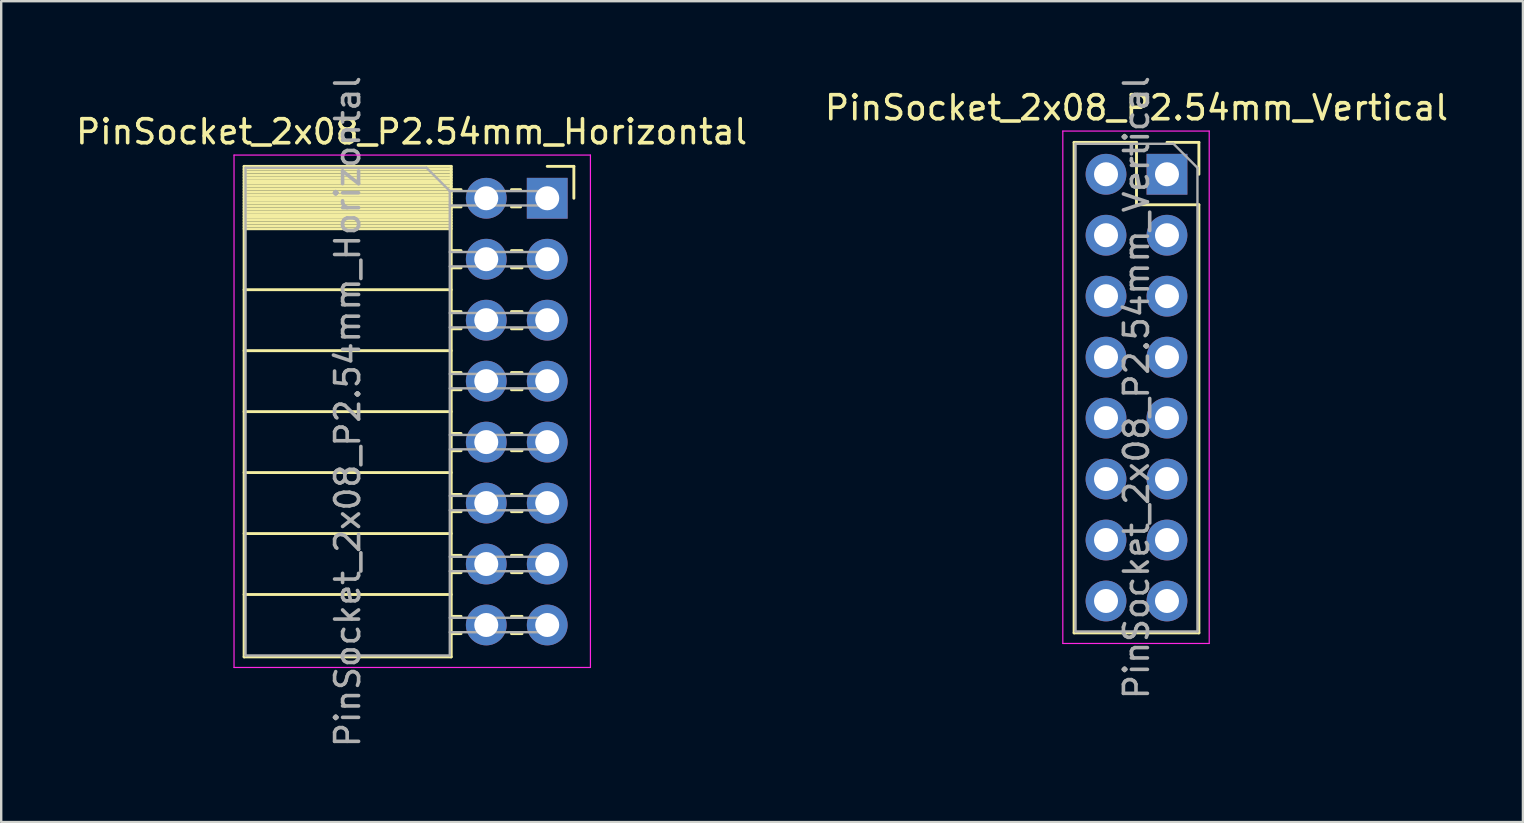
<source format=kicad_pcb>
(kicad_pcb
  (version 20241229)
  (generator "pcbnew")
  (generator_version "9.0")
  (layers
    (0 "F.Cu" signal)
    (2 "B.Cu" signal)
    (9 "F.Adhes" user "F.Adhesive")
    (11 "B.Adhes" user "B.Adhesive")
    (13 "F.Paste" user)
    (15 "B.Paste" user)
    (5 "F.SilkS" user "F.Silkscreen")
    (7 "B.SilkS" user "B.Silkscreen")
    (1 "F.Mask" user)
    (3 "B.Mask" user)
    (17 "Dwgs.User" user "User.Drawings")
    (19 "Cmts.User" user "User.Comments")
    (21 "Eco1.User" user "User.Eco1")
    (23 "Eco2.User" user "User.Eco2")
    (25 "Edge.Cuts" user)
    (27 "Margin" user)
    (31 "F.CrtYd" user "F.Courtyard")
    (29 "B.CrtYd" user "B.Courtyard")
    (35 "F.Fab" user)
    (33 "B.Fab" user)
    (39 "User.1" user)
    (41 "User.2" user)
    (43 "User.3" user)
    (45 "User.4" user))
  (footprint "PinSocket_2x08_P2.54mm_Vertical"
    (layer "F.Cu")
    (at 45.574 4.211)
    (property "Reference" "PinSocket_2x08_P2.54mm_Vertical" (at -1.27 -2.77 0) (layer "F.SilkS") (effects (font (size 1 1) (thickness 0.15))))
    (attr through_hole)
    (fp_line (start -3.87 -1.33) (end -3.87 19.11) (stroke (width 0.12) (type solid)) (layer "F.SilkS"))
    (fp_line (start -3.87 -1.33) (end -1.27 -1.33) (stroke (width 0.12) (type solid)) (layer "F.SilkS"))
    (fp_line (start -3.87 19.11) (end 1.33 19.11) (stroke (width 0.12) (type solid)) (layer "F.SilkS"))
    (fp_line (start -1.27 -1.33) (end -1.27 1.27) (stroke (width 0.12) (type solid)) (layer "F.SilkS"))
    (fp_line (start -1.27 1.27) (end 1.33 1.27) (stroke (width 0.12) (type solid)) (layer "F.SilkS"))
    (fp_line (start 0 -1.33) (end 1.33 -1.33) (stroke (width 0.12) (type solid)) (layer "F.SilkS"))
    (fp_line (start 1.33 -1.33) (end 1.33 0) (stroke (width 0.12) (type solid)) (layer "F.SilkS"))
    (fp_line (start 1.33 1.27) (end 1.33 19.11) (stroke (width 0.12) (type solid)) (layer "F.SilkS"))
    (fp_line (start -4.34 -1.8) (end 1.76 -1.8) (stroke (width 0.05) (type solid)) (layer "F.CrtYd"))
    (fp_line (start -4.34 19.55) (end -4.34 -1.8) (stroke (width 0.05) (type solid)) (layer "F.CrtYd"))
    (fp_line (start 1.76 -1.8) (end 1.76 19.55) (stroke (width 0.05) (type solid)) (layer "F.CrtYd"))
    (fp_line (start 1.76 19.55) (end -4.34 19.55) (stroke (width 0.05) (type solid)) (layer "F.CrtYd"))
    (fp_line (start -3.81 -1.27) (end 0.27 -1.27) (stroke (width 0.1) (type solid)) (layer "F.Fab"))
    (fp_line (start -3.81 19.05) (end -3.81 -1.27) (stroke (width 0.1) (type solid)) (layer "F.Fab"))
    (fp_line (start 0.27 -1.27) (end 1.27 -0.27) (stroke (width 0.1) (type solid)) (layer "F.Fab"))
    (fp_line (start 1.27 -0.27) (end 1.27 19.05) (stroke (width 0.1) (type solid)) (layer "F.Fab"))
    (fp_line (start 1.27 19.05) (end -3.81 19.05) (stroke (width 0.1) (type solid)) (layer "F.Fab"))
    (fp_text user "${REFERENCE}" (at -1.27 8.89 90) (layer "F.Fab") (effects (font (size 1 1) (thickness 0.15))))
    (pad "1" thru_hole rect (at 0 0) (size 1.7 1.7) (drill 1) (layers "*.Cu" "*.Mask"))
    (pad "2" thru_hole oval (at -2.54 0) (size 1.7 1.7) (drill 1) (layers "*.Cu" "*.Mask"))
    (pad "3" thru_hole oval (at 0 2.54) (size 1.7 1.7) (drill 1) (layers "*.Cu" "*.Mask"))
    (pad "4" thru_hole oval (at -2.54 2.54) (size 1.7 1.7) (drill 1) (layers "*.Cu" "*.Mask"))
    (pad "5" thru_hole oval (at 0 5.08) (size 1.7 1.7) (drill 1) (layers "*.Cu" "*.Mask"))
    (pad "6" thru_hole oval (at -2.54 5.08) (size 1.7 1.7) (drill 1) (layers "*.Cu" "*.Mask"))
    (pad "7" thru_hole oval (at 0 7.62) (size 1.7 1.7) (drill 1) (layers "*.Cu" "*.Mask"))
    (pad "8" thru_hole oval (at -2.54 7.62) (size 1.7 1.7) (drill 1) (layers "*.Cu" "*.Mask"))
    (pad "9" thru_hole oval (at 0 10.16) (size 1.7 1.7) (drill 1) (layers "*.Cu" "*.Mask"))
    (pad "10" thru_hole oval (at -2.54 10.16) (size 1.7 1.7) (drill 1) (layers "*.Cu" "*.Mask"))
    (pad "11" thru_hole oval (at 0 12.7) (size 1.7 1.7) (drill 1) (layers "*.Cu" "*.Mask"))
    (pad "12" thru_hole oval (at -2.54 12.7) (size 1.7 1.7) (drill 1) (layers "*.Cu" "*.Mask"))
    (pad "13" thru_hole oval (at 0 15.24) (size 1.7 1.7) (drill 1) (layers "*.Cu" "*.Mask"))
    (pad "14" thru_hole oval (at -2.54 15.24) (size 1.7 1.7) (drill 1) (layers "*.Cu" "*.Mask"))
    (pad "15" thru_hole oval (at 0 17.78) (size 1.7 1.7) (drill 1) (layers "*.Cu" "*.Mask"))
    (pad "16" thru_hole oval (at -2.54 17.78) (size 1.7 1.7) (drill 1) (layers "*.Cu" "*.Mask")))
  (footprint "PinSocket_2x08_P2.54mm_Horizontal"
    (layer "F.Cu")
    (at 19.751 5.211)
    (property "Reference" "PinSocket_2x08_P2.54mm_Horizontal" (at -5.65 -2.77 0) (layer "F.SilkS") (effects (font (size 1 1) (thickness 0.15))))
    (attr through_hole)
    (fp_line (start -12.63 -1.33) (end -12.63 19.11) (stroke (width 0.12) (type solid)) (layer "F.SilkS"))
    (fp_line (start -12.63 -1.33) (end -4 -1.33) (stroke (width 0.12) (type solid)) (layer "F.SilkS"))
    (fp_line (start -12.63 -1.21) (end -4 -1.21) (stroke (width 0.12) (type solid)) (layer "F.SilkS"))
    (fp_line (start -12.63 -1.092) (end -4 -1.092) (stroke (width 0.12) (type solid)) (layer "F.SilkS"))
    (fp_line (start -12.63 -0.974) (end -4 -0.974) (stroke (width 0.12) (type solid)) (layer "F.SilkS"))
    (fp_line (start -12.63 -0.856) (end -4 -0.856) (stroke (width 0.12) (type solid)) (layer "F.SilkS"))
    (fp_line (start -12.63 -0.738) (end -4 -0.738) (stroke (width 0.12) (type solid)) (layer "F.SilkS"))
    (fp_line (start -12.63 -0.62) (end -4 -0.62) (stroke (width 0.12) (type solid)) (layer "F.SilkS"))
    (fp_line (start -12.63 -0.501) (end -4 -0.501) (stroke (width 0.12) (type solid)) (layer "F.SilkS"))
    (fp_line (start -12.63 -0.383) (end -4 -0.383) (stroke (width 0.12) (type solid)) (layer "F.SilkS"))
    (fp_line (start -12.63 -0.265) (end -4 -0.265) (stroke (width 0.12) (type solid)) (layer "F.SilkS"))
    (fp_line (start -12.63 -0.147) (end -4 -0.147) (stroke (width 0.12) (type solid)) (layer "F.SilkS"))
    (fp_line (start -12.63 -0.029) (end -4 -0.029) (stroke (width 0.12) (type solid)) (layer "F.SilkS"))
    (fp_line (start -12.63 0.089) (end -4 0.089) (stroke (width 0.12) (type solid)) (layer "F.SilkS"))
    (fp_line (start -12.63 0.207) (end -4 0.207) (stroke (width 0.12) (type solid)) (layer "F.SilkS"))
    (fp_line (start -12.63 0.325) (end -4 0.325) (stroke (width 0.12) (type solid)) (layer "F.SilkS"))
    (fp_line (start -12.63 0.443) (end -4 0.443) (stroke (width 0.12) (type solid)) (layer "F.SilkS"))
    (fp_line (start -12.63 0.561) (end -4 0.561) (stroke (width 0.12) (type solid)) (layer "F.SilkS"))
    (fp_line (start -12.63 0.68) (end -4 0.68) (stroke (width 0.12) (type solid)) (layer "F.SilkS"))
    (fp_line (start -12.63 0.798) (end -4 0.798) (stroke (width 0.12) (type solid)) (layer "F.SilkS"))
    (fp_line (start -12.63 0.916) (end -4 0.916) (stroke (width 0.12) (type solid)) (layer "F.SilkS"))
    (fp_line (start -12.63 1.034) (end -4 1.034) (stroke (width 0.12) (type solid)) (layer "F.SilkS"))
    (fp_line (start -12.63 1.152) (end -4 1.152) (stroke (width 0.12) (type solid)) (layer "F.SilkS"))
    (fp_line (start -12.63 1.27) (end -4 1.27) (stroke (width 0.12) (type solid)) (layer "F.SilkS"))
    (fp_line (start -12.63 3.81) (end -4 3.81) (stroke (width 0.12) (type solid)) (layer "F.SilkS"))
    (fp_line (start -12.63 6.35) (end -4 6.35) (stroke (width 0.12) (type solid)) (layer "F.SilkS"))
    (fp_line (start -12.63 8.89) (end -4 8.89) (stroke (width 0.12) (type solid)) (layer "F.SilkS"))
    (fp_line (start -12.63 11.43) (end -4 11.43) (stroke (width 0.12) (type solid)) (layer "F.SilkS"))
    (fp_line (start -12.63 13.97) (end -4 13.97) (stroke (width 0.12) (type solid)) (layer "F.SilkS"))
    (fp_line (start -12.63 16.51) (end -4 16.51) (stroke (width 0.12) (type solid)) (layer "F.SilkS"))
    (fp_line (start -12.63 19.11) (end -4 19.11) (stroke (width 0.12) (type solid)) (layer "F.SilkS"))
    (fp_line (start -4 -1.33) (end -4 19.11) (stroke (width 0.12) (type solid)) (layer "F.SilkS"))
    (fp_line (start -4 -0.36) (end -3.59 -0.36) (stroke (width 0.12) (type solid)) (layer "F.SilkS"))
    (fp_line (start -4 0.36) (end -3.59 0.36) (stroke (width 0.12) (type solid)) (layer "F.SilkS"))
    (fp_line (start -4 2.18) (end -3.59 2.18) (stroke (width 0.12) (type solid)) (layer "F.SilkS"))
    (fp_line (start -4 2.9) (end -3.59 2.9) (stroke (width 0.12) (type solid)) (layer "F.SilkS"))
    (fp_line (start -4 4.72) (end -3.59 4.72) (stroke (width 0.12) (type solid)) (layer "F.SilkS"))
    (fp_line (start -4 5.44) (end -3.59 5.44) (stroke (width 0.12) (type solid)) (layer "F.SilkS"))
    (fp_line (start -4 7.26) (end -3.59 7.26) (stroke (width 0.12) (type solid)) (layer "F.SilkS"))
    (fp_line (start -4 7.98) (end -3.59 7.98) (stroke (width 0.12) (type solid)) (layer "F.SilkS"))
    (fp_line (start -4 9.8) (end -3.59 9.8) (stroke (width 0.12) (type solid)) (layer "F.SilkS"))
    (fp_line (start -4 10.52) (end -3.59 10.52) (stroke (width 0.12) (type solid)) (layer "F.SilkS"))
    (fp_line (start -4 12.34) (end -3.59 12.34) (stroke (width 0.12) (type solid)) (layer "F.SilkS"))
    (fp_line (start -4 13.06) (end -3.59 13.06) (stroke (width 0.12) (type solid)) (layer "F.SilkS"))
    (fp_line (start -4 14.88) (end -3.59 14.88) (stroke (width 0.12) (type solid)) (layer "F.SilkS"))
    (fp_line (start -4 15.6) (end -3.59 15.6) (stroke (width 0.12) (type solid)) (layer "F.SilkS"))
    (fp_line (start -4 17.42) (end -3.59 17.42) (stroke (width 0.12) (type solid)) (layer "F.SilkS"))
    (fp_line (start -4 18.14) (end -3.59 18.14) (stroke (width 0.12) (type solid)) (layer "F.SilkS"))
    (fp_line (start -1.49 -0.36) (end -1.11 -0.36) (stroke (width 0.12) (type solid)) (layer "F.SilkS"))
    (fp_line (start -1.49 0.36) (end -1.11 0.36) (stroke (width 0.12) (type solid)) (layer "F.SilkS"))
    (fp_line (start -1.49 2.18) (end -1.05 2.18) (stroke (width 0.12) (type solid)) (layer "F.SilkS"))
    (fp_line (start -1.49 2.9) (end -1.05 2.9) (stroke (width 0.12) (type solid)) (layer "F.SilkS"))
    (fp_line (start -1.49 4.72) (end -1.05 4.72) (stroke (width 0.12) (type solid)) (layer "F.SilkS"))
    (fp_line (start -1.49 5.44) (end -1.05 5.44) (stroke (width 0.12) (type solid)) (layer "F.SilkS"))
    (fp_line (start -1.49 7.26) (end -1.05 7.26) (stroke (width 0.12) (type solid)) (layer "F.SilkS"))
    (fp_line (start -1.49 7.98) (end -1.05 7.98) (stroke (width 0.12) (type solid)) (layer "F.SilkS"))
    (fp_line (start -1.49 9.8) (end -1.05 9.8) (stroke (width 0.12) (type solid)) (layer "F.SilkS"))
    (fp_line (start -1.49 10.52) (end -1.05 10.52) (stroke (width 0.12) (type solid)) (layer "F.SilkS"))
    (fp_line (start -1.49 12.34) (end -1.05 12.34) (stroke (width 0.12) (type solid)) (layer "F.SilkS"))
    (fp_line (start -1.49 13.06) (end -1.05 13.06) (stroke (width 0.12) (type solid)) (layer "F.SilkS"))
    (fp_line (start -1.49 14.88) (end -1.05 14.88) (stroke (width 0.12) (type solid)) (layer "F.SilkS"))
    (fp_line (start -1.49 15.6) (end -1.05 15.6) (stroke (width 0.12) (type solid)) (layer "F.SilkS"))
    (fp_line (start -1.49 17.42) (end -1.05 17.42) (stroke (width 0.12) (type solid)) (layer "F.SilkS"))
    (fp_line (start -1.49 18.14) (end -1.05 18.14) (stroke (width 0.12) (type solid)) (layer "F.SilkS"))
    (fp_line (start 0 -1.33) (end 1.11 -1.33) (stroke (width 0.12) (type solid)) (layer "F.SilkS"))
    (fp_line (start 1.11 -1.33) (end 1.11 0) (stroke (width 0.12) (type solid)) (layer "F.SilkS"))
    (fp_line (start -13.05 -1.8) (end -13.05 19.55) (stroke (width 0.05) (type solid)) (layer "F.CrtYd"))
    (fp_line (start -13.05 19.55) (end 1.8 19.55) (stroke (width 0.05) (type solid)) (layer "F.CrtYd"))
    (fp_line (start 1.8 -1.8) (end -13.05 -1.8) (stroke (width 0.05) (type solid)) (layer "F.CrtYd"))
    (fp_line (start 1.8 19.55) (end 1.8 -1.8) (stroke (width 0.05) (type solid)) (layer "F.CrtYd"))
    (fp_line (start -12.57 -1.27) (end -5.03 -1.27) (stroke (width 0.1) (type solid)) (layer "F.Fab"))
    (fp_line (start -12.57 19.05) (end -12.57 -1.27) (stroke (width 0.1) (type solid)) (layer "F.Fab"))
    (fp_line (start -5.03 -1.27) (end -4.06 -0.3) (stroke (width 0.1) (type solid)) (layer "F.Fab"))
    (fp_line (start -4.06 -0.3) (end -4.06 19.05) (stroke (width 0.1) (type solid)) (layer "F.Fab"))
    (fp_line (start -4.06 0.3) (end 0 0.3) (stroke (width 0.1) (type solid)) (layer "F.Fab"))
    (fp_line (start -4.06 2.84) (end 0 2.84) (stroke (width 0.1) (type solid)) (layer "F.Fab"))
    (fp_line (start -4.06 5.38) (end 0 5.38) (stroke (width 0.1) (type solid)) (layer "F.Fab"))
    (fp_line (start -4.06 7.92) (end 0 7.92) (stroke (width 0.1) (type solid)) (layer "F.Fab"))
    (fp_line (start -4.06 10.46) (end 0 10.46) (stroke (width 0.1) (type solid)) (layer "F.Fab"))
    (fp_line (start -4.06 13) (end 0 13) (stroke (width 0.1) (type solid)) (layer "F.Fab"))
    (fp_line (start -4.06 15.54) (end 0 15.54) (stroke (width 0.1) (type solid)) (layer "F.Fab"))
    (fp_line (start -4.06 18.08) (end 0 18.08) (stroke (width 0.1) (type solid)) (layer "F.Fab"))
    (fp_line (start -4.06 19.05) (end -12.57 19.05) (stroke (width 0.1) (type solid)) (layer "F.Fab"))
    (fp_line (start 0 -0.3) (end -4.06 -0.3) (stroke (width 0.1) (type solid)) (layer "F.Fab"))
    (fp_line (start 0 0.3) (end 0 -0.3) (stroke (width 0.1) (type solid)) (layer "F.Fab"))
    (fp_line (start 0 2.24) (end -4.06 2.24) (stroke (width 0.1) (type solid)) (layer "F.Fab"))
    (fp_line (start 0 2.84) (end 0 2.24) (stroke (width 0.1) (type solid)) (layer "F.Fab"))
    (fp_line (start 0 4.78) (end -4.06 4.78) (stroke (width 0.1) (type solid)) (layer "F.Fab"))
    (fp_line (start 0 5.38) (end 0 4.78) (stroke (width 0.1) (type solid)) (layer "F.Fab"))
    (fp_line (start 0 7.32) (end -4.06 7.32) (stroke (width 0.1) (type solid)) (layer "F.Fab"))
    (fp_line (start 0 7.92) (end 0 7.32) (stroke (width 0.1) (type solid)) (layer "F.Fab"))
    (fp_line (start 0 9.86) (end -4.06 9.86) (stroke (width 0.1) (type solid)) (layer "F.Fab"))
    (fp_line (start 0 10.46) (end 0 9.86) (stroke (width 0.1) (type solid)) (layer "F.Fab"))
    (fp_line (start 0 12.4) (end -4.06 12.4) (stroke (width 0.1) (type solid)) (layer "F.Fab"))
    (fp_line (start 0 13) (end 0 12.4) (stroke (width 0.1) (type solid)) (layer "F.Fab"))
    (fp_line (start 0 14.94) (end -4.06 14.94) (stroke (width 0.1) (type solid)) (layer "F.Fab"))
    (fp_line (start 0 15.54) (end 0 14.94) (stroke (width 0.1) (type solid)) (layer "F.Fab"))
    (fp_line (start 0 17.48) (end -4.06 17.48) (stroke (width 0.1) (type solid)) (layer "F.Fab"))
    (fp_line (start 0 18.08) (end 0 17.48) (stroke (width 0.1) (type solid)) (layer "F.Fab"))
    (fp_text user "${REFERENCE}" (at -8.315 8.89 90) (layer "F.Fab") (effects (font (size 1 1) (thickness 0.15))))
    (pad "1" thru_hole rect (at 0 0) (size 1.7 1.7) (drill 1) (layers "*.Cu" "*.Mask"))
    (pad "2" thru_hole oval (at -2.54 0) (size 1.7 1.7) (drill 1) (layers "*.Cu" "*.Mask"))
    (pad "3" thru_hole oval (at 0 2.54) (size 1.7 1.7) (drill 1) (layers "*.Cu" "*.Mask"))
    (pad "4" thru_hole oval (at -2.54 2.54) (size 1.7 1.7) (drill 1) (layers "*.Cu" "*.Mask"))
    (pad "5" thru_hole oval (at 0 5.08) (size 1.7 1.7) (drill 1) (layers "*.Cu" "*.Mask"))
    (pad "6" thru_hole oval (at -2.54 5.08) (size 1.7 1.7) (drill 1) (layers "*.Cu" "*.Mask"))
    (pad "7" thru_hole oval (at 0 7.62) (size 1.7 1.7) (drill 1) (layers "*.Cu" "*.Mask"))
    (pad "8" thru_hole oval (at -2.54 7.62) (size 1.7 1.7) (drill 1) (layers "*.Cu" "*.Mask"))
    (pad "9" thru_hole oval (at 0 10.16) (size 1.7 1.7) (drill 1) (layers "*.Cu" "*.Mask"))
    (pad "10" thru_hole oval (at -2.54 10.16) (size 1.7 1.7) (drill 1) (layers "*.Cu" "*.Mask"))
    (pad "11" thru_hole oval (at 0 12.7) (size 1.7 1.7) (drill 1) (layers "*.Cu" "*.Mask"))
    (pad "12" thru_hole oval (at -2.54 12.7) (size 1.7 1.7) (drill 1) (layers "*.Cu" "*.Mask"))
    (pad "13" thru_hole oval (at 0 15.24) (size 1.7 1.7) (drill 1) (layers "*.Cu" "*.Mask"))
    (pad "14" thru_hole oval (at -2.54 15.24) (size 1.7 1.7) (drill 1) (layers "*.Cu" "*.Mask"))
    (pad "15" thru_hole oval (at 0 17.78) (size 1.7 1.7) (drill 1) (layers "*.Cu" "*.Mask"))
    (pad "16" thru_hole oval (at -2.54 17.78) (size 1.7 1.7) (drill 1) (layers "*.Cu" "*.Mask")))
  (gr_rect
    (start -3 -3)
    (end 60.405 31.202)
    (stroke (width 0.1) (type default))
    (fill no)
    (layer "Edge.Cuts")))
</source>
